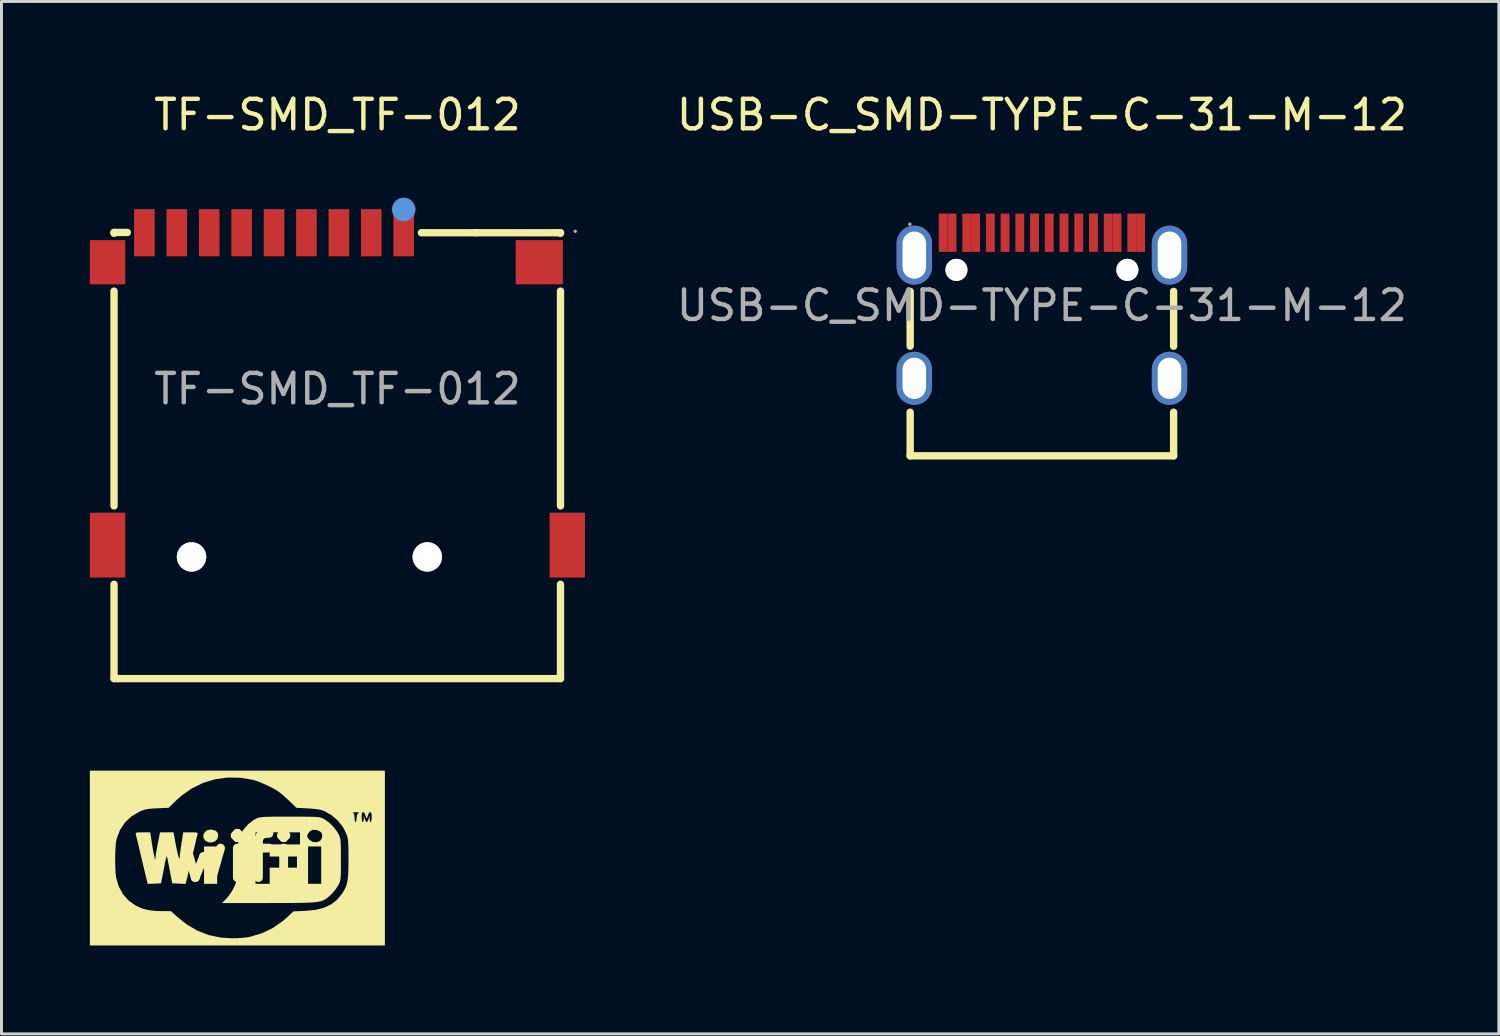
<source format=kicad_pcb>
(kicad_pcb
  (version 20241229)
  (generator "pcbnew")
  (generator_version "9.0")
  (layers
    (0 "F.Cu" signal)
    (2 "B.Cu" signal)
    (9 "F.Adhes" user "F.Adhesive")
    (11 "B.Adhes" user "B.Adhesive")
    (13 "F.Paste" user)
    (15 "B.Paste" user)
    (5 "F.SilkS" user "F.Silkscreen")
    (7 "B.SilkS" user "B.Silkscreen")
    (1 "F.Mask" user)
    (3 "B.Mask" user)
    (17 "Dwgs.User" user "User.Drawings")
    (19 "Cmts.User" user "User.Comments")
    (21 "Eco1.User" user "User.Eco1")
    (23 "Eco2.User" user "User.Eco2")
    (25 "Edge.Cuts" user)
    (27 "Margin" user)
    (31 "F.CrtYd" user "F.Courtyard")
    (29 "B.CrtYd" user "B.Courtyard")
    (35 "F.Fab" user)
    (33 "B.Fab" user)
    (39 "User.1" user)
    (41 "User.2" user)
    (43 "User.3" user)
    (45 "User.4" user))
  (footprint "wifi"
    (layer "F.Cu")
    (at 5.005 26.051)
    (property "Reference" "wifi" (at 0 0 0) (layer "F.SilkS") (effects (font (size 1.5 1.5) (thickness 0.3))))
    (attr board_only exclude_from_pos_files exclude_from_bom)
    (fp_poly (pts (xy -0.686 0.257) (xy -0.686 0.891) (xy -0.908 0.891) (xy -1.131 0.891) (xy -1.131 0.257) (xy -1.131 -0.377) (xy -0.908 -0.377) (xy -0.686 -0.377)) (stroke (width 0) (type solid)) (fill yes) (layer "F.SilkS"))
    (fp_poly (pts (xy -0.862 -0.947) (xy -0.74 -0.912) (xy -0.673 -0.848) (xy -0.651 -0.744) (xy -0.651 -0.735) (xy -0.681 -0.63) (xy -0.756 -0.555) (xy -0.86 -0.514) (xy -0.973 -0.516) (xy -1.077 -0.565) (xy -1.097 -0.583) (xy -1.154 -0.678) (xy -1.153 -0.776) (xy -1.106 -0.865) (xy -1.021 -0.928) (xy -0.907 -0.951)) (stroke (width 0) (type solid)) (fill yes) (layer "F.SilkS"))
    (fp_poly (pts (xy -2.898 -0.471) (xy -2.872 -0.308) (xy -2.846 -0.162) (xy -2.823 -0.051) (xy -2.81 0) (xy -2.782 0.086) (xy -2.779 0.002) (xy -2.772 -0.064) (xy -2.753 -0.18) (xy -2.727 -0.329) (xy -2.701 -0.469) (xy -2.625 -0.857) (xy -2.396 -0.857) (xy -2.167 -0.857) (xy -2.089 -0.437) (xy -2.05 -0.245) (xy -2.017 -0.1) (xy -1.989 -0.006) (xy -1.968 0.033) (xy -1.956 0.012) (xy -1.954 -0.036) (xy -1.949 -0.104) (xy -1.935 -0.221) (xy -1.914 -0.37) (xy -1.896 -0.488) (xy -1.838 -0.857) (xy -1.585 -0.857) (xy -1.455 -0.855) (xy -1.381 -0.848) (xy -1.35 -0.832) (xy -1.348 -0.803) (xy -1.35 -0.797) (xy -1.363 -0.746) (xy -1.389 -0.64) (xy -1.425 -0.489) (xy -1.469 -0.306) (xy -1.517 -0.101) (xy -1.523 -0.076) (xy -1.574 0.139) (xy -1.622 0.341) (xy -1.664 0.517) (xy -1.697 0.654) (xy -1.718 0.738) (xy -1.718 0.74) (xy -1.757 0.894) (xy -1.984 0.884) (xy -2.211 0.874) (xy -2.292 0.446) (xy -2.324 0.279) (xy -2.353 0.133) (xy -2.376 0.025) (xy -2.39 -0.032) (xy -2.39 -0.034) (xy -2.404 -0.028) (xy -2.424 0.033) (xy -2.448 0.137) (xy -2.454 0.171) (xy -2.485 0.339) (xy -2.519 0.518) (xy -2.545 0.651) (xy -2.591 0.874) (xy -2.816 0.884) (xy -3.042 0.894) (xy -3.081 0.74) (xy -3.101 0.658) (xy -3.133 0.523) (xy -3.175 0.348) (xy -3.223 0.146) (xy -3.274 -0.068) (xy -3.276 -0.076) (xy -3.325 -0.283) (xy -3.369 -0.469) (xy -3.406 -0.624) (xy -3.434 -0.736) (xy -3.448 -0.794) (xy -3.449 -0.797) (xy -3.451 -0.828) (xy -3.426 -0.846) (xy -3.36 -0.854) (xy -3.241 -0.857) (xy -3.212 -0.857) (xy -2.957 -0.857)) (stroke (width 0) (type solid)) (fill yes) (layer "F.SilkS"))
    (fp_poly (pts (xy 2.073 -1.388) (xy 2.304 -1.387) (xy 2.482 -1.385) (xy 2.618 -1.381) (xy 2.718 -1.374) (xy 2.791 -1.365) (xy 2.845 -1.352) (xy 2.89 -1.335) (xy 2.932 -1.314) (xy 2.933 -1.314) (xy 3.108 -1.192) (xy 3.274 -1.029) (xy 3.405 -0.849) (xy 3.434 -0.795) (xy 3.461 -0.737) (xy 3.481 -0.68) (xy 3.495 -0.613) (xy 3.505 -0.524) (xy 3.51 -0.404) (xy 3.513 -0.241) (xy 3.513 -0.025) (xy 3.513 0.069) (xy 3.513 0.305) (xy 3.512 0.484) (xy 3.508 0.617) (xy 3.501 0.713) (xy 3.489 0.785) (xy 3.471 0.843) (xy 3.446 0.899) (xy 3.421 0.946) (xy 3.343 1.067) (xy 3.237 1.195) (xy 3.155 1.277) (xy 3.09 1.336) (xy 3.029 1.385) (xy 2.968 1.426) (xy 2.9 1.459) (xy 2.818 1.485) (xy 2.716 1.505) (xy 2.588 1.52) (xy 2.427 1.53) (xy 2.227 1.537) (xy 1.982 1.54) (xy 1.684 1.542) (xy 1.329 1.542) (xy 1.07 1.543) (xy -0.522 1.543) (xy -0.376 1.397) (xy -0.282 1.286) (xy -0.187 1.145) (xy -0.124 1.028) (xy -0.088 0.952) (xy -0.061 0.885) (xy -0.041 0.816) (xy -0.027 0.733) (xy -0.018 0.625) (xy -0.01 0.481) (xy -0.004 0.289) (xy 0.001 0.103) (xy 0.009 -0.141) (xy 0.016 -0.328) (xy 0.026 -0.468) (xy 0.038 -0.572) (xy 0.054 -0.651) (xy 0.075 -0.717) (xy 0.093 -0.76) (xy 0.151 -0.857) (xy 0.617 -0.857) (xy 0.617 0.017) (xy 0.617 0.891) (xy 0.857 0.891) (xy 1.097 0.891) (xy 1.097 0.617) (xy 1.097 0.343) (xy 1.56 0.343) (xy 2.022 0.343) (xy 2.022 0.154) (xy 2.022 -0.034) (xy 1.56 -0.034) (xy 1.097 -0.034) (xy 1.097 -0.24) (xy 1.097 -0.377) (xy 2.399 -0.377) (xy 2.399 0.257) (xy 2.399 0.891) (xy 2.622 0.891) (xy 2.845 0.891) (xy 2.845 0.257) (xy 2.845 -0.377) (xy 2.622 -0.377) (xy 2.399 -0.377) (xy 1.097 -0.377) (xy 1.097 -0.446) (xy 1.611 -0.446) (xy 2.125 -0.446) (xy 2.125 -0.651) (xy 2.125 -0.728) (xy 2.365 -0.728) (xy 2.388 -0.674) (xy 2.443 -0.605) (xy 2.449 -0.598) (xy 2.563 -0.528) (xy 2.691 -0.52) (xy 2.803 -0.568) (xy 2.862 -0.645) (xy 2.88 -0.749) (xy 2.852 -0.846) (xy 2.787 -0.899) (xy 2.686 -0.934) (xy 2.582 -0.944) (xy 2.551 -0.939) (xy 2.464 -0.892) (xy 2.394 -0.812) (xy 2.365 -0.728) (xy 2.365 -0.728) (xy 2.125 -0.728) (xy 2.125 -0.857) (xy 1.371 -0.857) (xy 0.617 -0.857) (xy 0.151 -0.857) (xy 0.21 -0.955) (xy 0.37 -1.134) (xy 0.552 -1.274) (xy 0.606 -1.304) (xy 0.655 -1.328) (xy 0.701 -1.347) (xy 0.753 -1.362) (xy 0.82 -1.372) (xy 0.91 -1.38) (xy 1.032 -1.384) (xy 1.193 -1.387) (xy 1.403 -1.388) (xy 1.67 -1.388) (xy 1.782 -1.388)) (stroke (width 0) (type solid)) (fill yes) (layer "F.SilkS"))
    (fp_poly (pts (xy 5.005 0.017) (xy 5.005 2.982) (xy 0 2.982) (xy -5.005 2.982) (xy -5.005 0.017) (xy -5.005 -0.022) (xy -4.146 -0.022) (xy -4.146 0.197) (xy -4.139 0.404) (xy -4.127 0.58) (xy -4.113 0.687) (xy -4.026 0.979) (xy -3.885 1.238) (xy -3.695 1.455) (xy -3.462 1.623) (xy -3.436 1.637) (xy -3.24 1.724) (xy -3.033 1.78) (xy -2.795 1.81) (xy -2.565 1.817) (xy -2.255 1.817) (xy -2.061 1.994) (xy -1.716 2.271) (xy -1.354 2.483) (xy -0.972 2.63) (xy -0.565 2.715) (xy -0.189 2.739) (xy -0.004 2.735) (xy 0.183 2.723) (xy 0.345 2.705) (xy 0.418 2.692) (xy 0.825 2.572) (xy 1.204 2.389) (xy 1.552 2.145) (xy 1.677 2.036) (xy 1.902 1.826) (xy 2.314 1.808) (xy 2.651 1.775) (xy 2.936 1.704) (xy 3.175 1.593) (xy 3.376 1.438) (xy 3.545 1.235) (xy 3.56 1.214) (xy 3.628 1.103) (xy 3.68 0.995) (xy 3.718 0.878) (xy 3.744 0.741) (xy 3.76 0.572) (xy 3.768 0.359) (xy 3.771 0.091) (xy 3.771 0.046) (xy 3.77 -0.19) (xy 3.767 -0.369) (xy 3.761 -0.504) (xy 3.751 -0.607) (xy 3.736 -0.689) (xy 3.714 -0.764) (xy 3.698 -0.807) (xy 3.578 -1.042) (xy 3.405 -1.257) (xy 3.195 -1.438) (xy 3.044 -1.525) (xy 3.905 -1.525) (xy 3.916 -1.519) (xy 3.956 -1.49) (xy 3.974 -1.42) (xy 3.976 -1.351) (xy 3.983 -1.26) (xy 4.001 -1.206) (xy 4.011 -1.2) (xy 4.032 -1.23) (xy 4.044 -1.306) (xy 4.045 -1.335) (xy 4.05 -1.371) (xy 4.216 -1.371) (xy 4.224 -1.27) (xy 4.243 -1.211) (xy 4.265 -1.202) (xy 4.283 -1.249) (xy 4.288 -1.311) (xy 4.291 -1.423) (xy 4.323 -1.311) (xy 4.353 -1.236) (xy 4.384 -1.2) (xy 4.388 -1.2) (xy 4.418 -1.229) (xy 4.449 -1.301) (xy 4.452 -1.311) (xy 4.484 -1.423) (xy 4.487 -1.311) (xy 4.498 -1.225) (xy 4.518 -1.2) (xy 4.54 -1.227) (xy 4.556 -1.302) (xy 4.559 -1.371) (xy 4.554 -1.478) (xy 4.535 -1.531) (xy 4.507 -1.543) (xy 4.462 -1.512) (xy 4.434 -1.44) (xy 4.412 -1.368) (xy 4.388 -1.337) (xy 4.388 -1.337) (xy 4.364 -1.366) (xy 4.342 -1.438) (xy 4.341 -1.44) (xy 4.31 -1.516) (xy 4.268 -1.543) (xy 4.236 -1.525) (xy 4.22 -1.464) (xy 4.216 -1.371) (xy 4.05 -1.371) (xy 4.06 -1.448) (xy 4.105 -1.505) (xy 4.128 -1.527) (xy 4.097 -1.536) (xy 4.011 -1.537) (xy 3.933 -1.533) (xy 3.905 -1.525) (xy 3.044 -1.525) (xy 2.962 -1.571) (xy 2.846 -1.615) (xy 2.76 -1.632) (xy 2.627 -1.649) (xy 2.468 -1.664) (xy 2.365 -1.67) (xy 2.005 -1.689) (xy 1.703 -1.976) (xy 1.546 -2.12) (xy 1.409 -2.228) (xy 1.269 -2.318) (xy 1.102 -2.406) (xy 1.052 -2.431) (xy 0.891 -2.504) (xy 0.733 -2.57) (xy 0.599 -2.618) (xy 0.531 -2.638) (xy 0.092 -2.709) (xy -0.34 -2.715) (xy -0.76 -2.656) (xy -1.161 -2.534) (xy -1.539 -2.351) (xy -1.888 -2.107) (xy -2.064 -1.95) (xy -2.333 -1.689) (xy -2.723 -1.672) (xy -2.904 -1.662) (xy -3.038 -1.648) (xy -3.144 -1.626) (xy -3.243 -1.592) (xy -3.337 -1.55) (xy -3.602 -1.39) (xy -3.819 -1.184) (xy -3.983 -0.936) (xy -4.091 -0.652) (xy -4.113 -0.552) (xy -4.13 -0.417) (xy -4.141 -0.234) (xy -4.146 -0.022) (xy -5.005 -0.022) (xy -5.005 -2.948) (xy 0 -2.948) (xy 5.005 -2.948)) (stroke (width 0) (type solid)) (fill yes) (layer "F.SilkS")))
  (footprint "TF-SMD_TF-012"
    (layer "F.Cu")
    (at 8.4 10.148)
    (property "Reference" "TF-SMD_TF-012" (at 0 -9.3 0) (layer "F.SilkS") (effects (font (size 1 1) (thickness 0.15))))
    (attr through_hole)
    (fp_line (start -7.58 -5.31) (end -7.13 -5.31) (stroke (width 0.25) (type solid)) (layer "F.SilkS"))
    (fp_line (start -7.58 -5.28) (end -7.58 -5.31) (stroke (width 0.25) (type solid)) (layer "F.SilkS"))
    (fp_line (start -7.58 3.97) (end -7.58 -3.32) (stroke (width 0.25) (type solid)) (layer "F.SilkS"))
    (fp_line (start -7.58 9.83) (end -7.58 6.63) (stroke (width 0.25) (type solid)) (layer "F.SilkS"))
    (fp_line (start -7.45 9.83) (end -7.58 9.83) (stroke (width 0.25) (type solid)) (layer "F.SilkS"))
    (fp_line (start 4.7 -5.3) (end 2.85 -5.3) (stroke (width 0.25) (type solid)) (layer "F.SilkS"))
    (fp_line (start 4.7 -5.3) (end 7.57 -5.3) (stroke (width 0.25) (type solid)) (layer "F.SilkS"))
    (fp_line (start 7.57 -5.3) (end 7.57 -5.28) (stroke (width 0.25) (type solid)) (layer "F.SilkS"))
    (fp_line (start 7.57 -3.32) (end 7.57 3.97) (stroke (width 0.25) (type solid)) (layer "F.SilkS"))
    (fp_line (start 7.57 6.63) (end 7.57 9.7) (stroke (width 0.25) (type solid)) (layer "F.SilkS"))
    (fp_line (start 7.57 9.7) (end 7.57 9.83) (stroke (width 0.25) (type solid)) (layer "F.SilkS"))
    (fp_line (start 7.57 9.83) (end -7.45 9.83) (stroke (width 0.25) (type solid)) (layer "F.SilkS"))
    (fp_circle (center -4.95 5.7) (end -4.75 5.7) (stroke (width 0.4) (type solid)) (fill no) (layer "Cmts.User"))
    (fp_circle (center 2.25 -6.09) (end 2.45 -6.09) (stroke (width 0.4) (type solid)) (fill no) (layer "Cmts.User"))
    (fp_circle (center 3.05 5.7) (end 3.25 5.7) (stroke (width 0.4) (type solid)) (fill no) (layer "Cmts.User"))
    (fp_circle (center 8.07 -5.35) (end 8.1 -5.35) (stroke (width 0.06) (type solid)) (fill no) (layer "F.Fab"))
    (fp_text user "${REFERENCE}" (at 0 0 0) (layer "F.Fab") (effects (font (size 1 1) (thickness 0.15))))
    (pad "" smd rect (at -7.8 5.3) (size 1.2 2.2) (layers "F.Cu" "F.Mask" "F.Paste"))
    (pad "" thru_hole circle (at -4.95 5.7) (size 1 1) (drill 1) (layers "*.Cu" "*.Mask"))
    (pad "" thru_hole circle (at 3.05 5.7) (size 1 1) (drill 1) (layers "*.Cu" "*.Mask"))
    (pad "" smd rect (at 6.85 -4.3) (size 1.6 1.5) (layers "F.Cu" "F.Mask" "F.Paste"))
    (pad "" smd rect (at 7.8 5.3) (size 1.2 2.2) (layers "F.Cu" "F.Mask" "F.Paste"))
    (pad "1" smd rect (at 2.25 -5.3) (size 0.7 1.6) (layers "F.Cu" "F.Mask" "F.Paste"))
    (pad "2" smd rect (at 1.15 -5.3) (size 0.7 1.6) (layers "F.Cu" "F.Mask" "F.Paste"))
    (pad "3" smd rect (at 0.05 -5.3) (size 0.7 1.6) (layers "F.Cu" "F.Mask" "F.Paste"))
    (pad "4" smd rect (at -1.05 -5.3) (size 0.7 1.6) (layers "F.Cu" "F.Mask" "F.Paste"))
    (pad "5" smd rect (at -2.15 -5.3) (size 0.7 1.6) (layers "F.Cu" "F.Mask" "F.Paste"))
    (pad "6" smd rect (at -3.25 -5.3) (size 0.7 1.6) (layers "F.Cu" "F.Mask" "F.Paste"))
    (pad "7" smd rect (at -4.35 -5.3) (size 0.7 1.6) (layers "F.Cu" "F.Mask" "F.Paste"))
    (pad "8" smd rect (at -5.45 -5.3) (size 0.7 1.6) (layers "F.Cu" "F.Mask" "F.Paste"))
    (pad "9" smd rect (at -6.55 -5.3) (size 0.7 1.6) (layers "F.Cu" "F.Mask" "F.Paste"))
    (pad "10" smd rect (at -7.8 -4.3) (size 1.2 1.5) (layers "F.Cu" "F.Mask" "F.Paste")))
  (footprint "USB-C_SMD-TYPE-C-31-M-12"
    (layer "F.Cu")
    (at 32.306 7.318)
    (property "Reference" "USB-C_SMD-TYPE-C-31-M-12" (at 0 -6.47 0) (layer "F.SilkS") (effects (font (size 1 1) (thickness 0.15))))
    (attr smd)
    (fp_line (start -4.47 1.38) (end -4.47 -0.48) (stroke (width 0.25) (type solid)) (layer "F.SilkS"))
    (fp_line (start -4.47 5.1) (end -4.47 3.62) (stroke (width 0.25) (type solid)) (layer "F.SilkS"))
    (fp_line (start 4.47 1.38) (end 4.47 -0.48) (stroke (width 0.25) (type solid)) (layer "F.SilkS"))
    (fp_line (start 4.47 5.1) (end -4.47 5.1) (stroke (width 0.25) (type solid)) (layer "F.SilkS"))
    (fp_line (start 4.47 5.1) (end 4.47 3.62) (stroke (width 0.25) (type solid)) (layer "F.SilkS"))
    (fp_circle (center -2.9 -1.21) (end -2.78 -1.21) (stroke (width 0.25) (type solid)) (fill no) (layer "Cmts.User"))
    (fp_circle (center 2.9 -1.21) (end 3.02 -1.21) (stroke (width 0.25) (type solid)) (fill no) (layer "Cmts.User"))
    (fp_circle (center -4.48 -2.76) (end -4.45 -2.76) (stroke (width 0.06) (type solid)) (fill no) (layer "F.Fab"))
    (fp_text user "${REFERENCE}" (at 0 0 0) (layer "F.Fab") (effects (font (size 1 1) (thickness 0.15))))
    (pad "" thru_hole circle (at -2.9 -1.21) (size 0.75 0.75) (drill 0.75) (layers "*.Cu" "*.Mask"))
    (pad "" thru_hole circle (at 2.9 -1.21) (size 0.75 0.75) (drill 0.75) (layers "*.Cu" "*.Mask"))
    (pad "0" thru_hole oval (at -4.33 -1.71) (size 1.2 2) (drill oval 0.8 1.6) (layers "*.Cu" "*.Mask"))
    (pad "1" thru_hole oval (at 4.33 -1.71) (size 1.2 2) (drill oval 0.8 1.6) (layers "*.Cu" "*.Mask"))
    (pad "2" thru_hole oval (at 4.33 2.47) (size 1.2 1.8) (drill oval 0.8 1.4) (layers "*.Cu" "*.Mask"))
    (pad "3" thru_hole oval (at -4.33 2.47) (size 1.2 1.8) (drill oval 0.8 1.4) (layers "*.Cu" "*.Mask"))
    (pad "A1" smd rect (at -3.35 -2.47) (size 0.3 1.3) (layers "F.Cu" "F.Mask" "F.Paste"))
    (pad "A4" smd rect (at -2.55 -2.47) (size 0.3 1.3) (layers "F.Cu" "F.Mask" "F.Paste"))
    (pad "A5" smd rect (at -1.25 -2.47) (size 0.3 1.3) (layers "F.Cu" "F.Mask" "F.Paste"))
    (pad "A6" smd rect (at -0.25 -2.47) (size 0.3 1.3) (layers "F.Cu" "F.Mask" "F.Paste"))
    (pad "A7" smd rect (at 0.25 -2.47) (size 0.3 1.3) (layers "F.Cu" "F.Mask" "F.Paste"))
    (pad "A8" smd rect (at 1.25 -2.47) (size 0.3 1.3) (layers "F.Cu" "F.Mask" "F.Paste"))
    (pad "A9" smd rect (at 2.55 -2.47) (size 0.3 1.3) (layers "F.Cu" "F.Mask" "F.Paste"))
    (pad "A12" smd rect (at 3.35 -2.47) (size 0.3 1.3) (layers "F.Cu" "F.Mask" "F.Paste"))
    (pad "B1" smd rect (at 3.05 -2.47) (size 0.3 1.3) (layers "F.Cu" "F.Mask" "F.Paste"))
    (pad "B4" smd rect (at 2.25 -2.47) (size 0.3 1.3) (layers "F.Cu" "F.Mask" "F.Paste"))
    (pad "B5" smd rect (at 1.75 -2.47) (size 0.3 1.3) (layers "F.Cu" "F.Mask" "F.Paste"))
    (pad "B6" smd rect (at 0.75 -2.47) (size 0.3 1.3) (layers "F.Cu" "F.Mask" "F.Paste"))
    (pad "B7" smd rect (at -0.75 -2.47) (size 0.3 1.3) (layers "F.Cu" "F.Mask" "F.Paste"))
    (pad "B8" smd rect (at -1.75 -2.47) (size 0.3 1.3) (layers "F.Cu" "F.Mask" "F.Paste"))
    (pad "B9" smd rect (at -2.25 -2.47) (size 0.3 1.3) (layers "F.Cu" "F.Mask" "F.Paste"))
    (pad "B12" smd rect (at -3.05 -2.47) (size 0.3 1.3) (layers "F.Cu" "F.Mask" "F.Paste")))
  (gr_rect
    (start -3 -3)
    (end 47.812 32.033)
    (stroke (width 0.1) (type default))
    (fill no)
    (layer "Edge.Cuts")))
</source>
